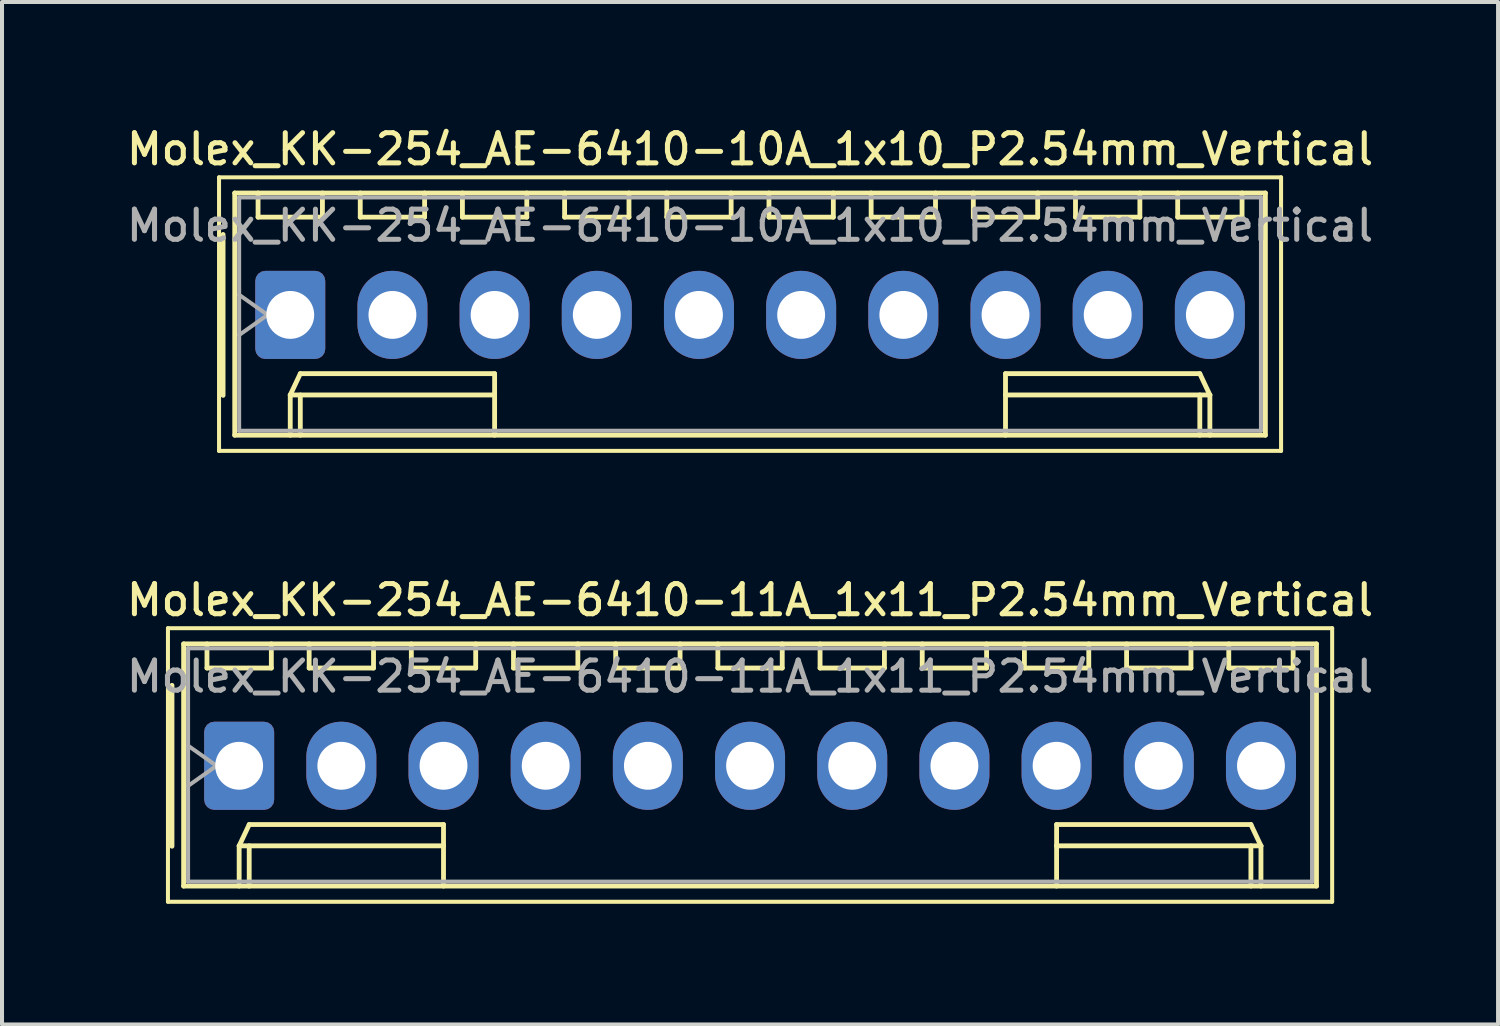
<source format=kicad_pcb>
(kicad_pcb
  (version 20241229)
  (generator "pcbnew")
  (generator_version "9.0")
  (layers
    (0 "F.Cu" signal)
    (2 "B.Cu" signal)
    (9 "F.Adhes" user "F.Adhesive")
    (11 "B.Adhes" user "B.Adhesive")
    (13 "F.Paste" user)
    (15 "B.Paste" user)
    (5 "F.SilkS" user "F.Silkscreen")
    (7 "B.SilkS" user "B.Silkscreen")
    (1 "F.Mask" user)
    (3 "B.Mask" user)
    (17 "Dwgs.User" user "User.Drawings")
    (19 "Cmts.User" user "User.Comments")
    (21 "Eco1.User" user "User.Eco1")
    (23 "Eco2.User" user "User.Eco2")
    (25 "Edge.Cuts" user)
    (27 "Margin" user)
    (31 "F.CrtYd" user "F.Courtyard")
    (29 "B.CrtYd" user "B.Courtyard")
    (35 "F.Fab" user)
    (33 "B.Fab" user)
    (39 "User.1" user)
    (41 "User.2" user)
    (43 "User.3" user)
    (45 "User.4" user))
  (footprint "Molex_KK-254_AE-6410-10A_1x10_P2.54mm_Vertical"
    (layer "F.Cu")
    (at 4.165 4.778)
    (property "Reference" "Molex_KK-254_AE-6410-10A_1x10_P2.54mm_Vertical" (at 11.43 -4.12 0) (layer "F.SilkS") (effects (font (size 0.75 0.75) (thickness 0.125))))
    (attr through_hole)
    (fp_line (start -1.77 -3.42) (end -1.77 3.38) (stroke (width 0.1) (type solid)) (layer "F.SilkS"))
    (fp_line (start -1.77 3.38) (end 24.63 3.38) (stroke (width 0.1) (type solid)) (layer "F.SilkS"))
    (fp_line (start -1.67 -2) (end -1.67 2) (stroke (width 0.12) (type solid)) (layer "F.SilkS"))
    (fp_line (start -1.38 -3.03) (end -1.38 2.99) (stroke (width 0.12) (type solid)) (layer "F.SilkS"))
    (fp_line (start -1.38 2.99) (end 24.24 2.99) (stroke (width 0.12) (type solid)) (layer "F.SilkS"))
    (fp_line (start -0.8 -3.03) (end -0.8 -2.43) (stroke (width 0.12) (type solid)) (layer "F.SilkS"))
    (fp_line (start -0.8 -2.43) (end 0.8 -2.43) (stroke (width 0.12) (type solid)) (layer "F.SilkS"))
    (fp_line (start 0 1.99) (end 0.25 1.46) (stroke (width 0.12) (type solid)) (layer "F.SilkS"))
    (fp_line (start 0 1.99) (end 5.08 1.99) (stroke (width 0.12) (type solid)) (layer "F.SilkS"))
    (fp_line (start 0 2.99) (end 0 1.99) (stroke (width 0.12) (type solid)) (layer "F.SilkS"))
    (fp_line (start 0.25 1.46) (end 5.08 1.46) (stroke (width 0.12) (type solid)) (layer "F.SilkS"))
    (fp_line (start 0.25 2.99) (end 0.25 1.99) (stroke (width 0.12) (type solid)) (layer "F.SilkS"))
    (fp_line (start 0.8 -2.43) (end 0.8 -3.03) (stroke (width 0.12) (type solid)) (layer "F.SilkS"))
    (fp_line (start 1.74 -3.03) (end 1.74 -2.43) (stroke (width 0.12) (type solid)) (layer "F.SilkS"))
    (fp_line (start 1.74 -2.43) (end 3.34 -2.43) (stroke (width 0.12) (type solid)) (layer "F.SilkS"))
    (fp_line (start 3.34 -2.43) (end 3.34 -3.03) (stroke (width 0.12) (type solid)) (layer "F.SilkS"))
    (fp_line (start 4.28 -3.03) (end 4.28 -2.43) (stroke (width 0.12) (type solid)) (layer "F.SilkS"))
    (fp_line (start 4.28 -2.43) (end 5.88 -2.43) (stroke (width 0.12) (type solid)) (layer "F.SilkS"))
    (fp_line (start 5.08 1.46) (end 5.08 1.99) (stroke (width 0.12) (type solid)) (layer "F.SilkS"))
    (fp_line (start 5.08 1.99) (end 5.08 2.99) (stroke (width 0.12) (type solid)) (layer "F.SilkS"))
    (fp_line (start 5.88 -2.43) (end 5.88 -3.03) (stroke (width 0.12) (type solid)) (layer "F.SilkS"))
    (fp_line (start 6.82 -3.03) (end 6.82 -2.43) (stroke (width 0.12) (type solid)) (layer "F.SilkS"))
    (fp_line (start 6.82 -2.43) (end 8.42 -2.43) (stroke (width 0.12) (type solid)) (layer "F.SilkS"))
    (fp_line (start 8.42 -2.43) (end 8.42 -3.03) (stroke (width 0.12) (type solid)) (layer "F.SilkS"))
    (fp_line (start 9.36 -3.03) (end 9.36 -2.43) (stroke (width 0.12) (type solid)) (layer "F.SilkS"))
    (fp_line (start 9.36 -2.43) (end 10.96 -2.43) (stroke (width 0.12) (type solid)) (layer "F.SilkS"))
    (fp_line (start 10.96 -2.43) (end 10.96 -3.03) (stroke (width 0.12) (type solid)) (layer "F.SilkS"))
    (fp_line (start 11.9 -3.03) (end 11.9 -2.43) (stroke (width 0.12) (type solid)) (layer "F.SilkS"))
    (fp_line (start 11.9 -2.43) (end 13.5 -2.43) (stroke (width 0.12) (type solid)) (layer "F.SilkS"))
    (fp_line (start 13.5 -2.43) (end 13.5 -3.03) (stroke (width 0.12) (type solid)) (layer "F.SilkS"))
    (fp_line (start 14.44 -3.03) (end 14.44 -2.43) (stroke (width 0.12) (type solid)) (layer "F.SilkS"))
    (fp_line (start 14.44 -2.43) (end 16.04 -2.43) (stroke (width 0.12) (type solid)) (layer "F.SilkS"))
    (fp_line (start 16.04 -2.43) (end 16.04 -3.03) (stroke (width 0.12) (type solid)) (layer "F.SilkS"))
    (fp_line (start 16.98 -3.03) (end 16.98 -2.43) (stroke (width 0.12) (type solid)) (layer "F.SilkS"))
    (fp_line (start 16.98 -2.43) (end 18.58 -2.43) (stroke (width 0.12) (type solid)) (layer "F.SilkS"))
    (fp_line (start 17.78 1.46) (end 17.78 1.99) (stroke (width 0.12) (type solid)) (layer "F.SilkS"))
    (fp_line (start 17.78 1.99) (end 17.78 2.99) (stroke (width 0.12) (type solid)) (layer "F.SilkS"))
    (fp_line (start 18.58 -2.43) (end 18.58 -3.03) (stroke (width 0.12) (type solid)) (layer "F.SilkS"))
    (fp_line (start 19.52 -3.03) (end 19.52 -2.43) (stroke (width 0.12) (type solid)) (layer "F.SilkS"))
    (fp_line (start 19.52 -2.43) (end 21.12 -2.43) (stroke (width 0.12) (type solid)) (layer "F.SilkS"))
    (fp_line (start 21.12 -2.43) (end 21.12 -3.03) (stroke (width 0.12) (type solid)) (layer "F.SilkS"))
    (fp_line (start 22.06 -3.03) (end 22.06 -2.43) (stroke (width 0.12) (type solid)) (layer "F.SilkS"))
    (fp_line (start 22.06 -2.43) (end 23.66 -2.43) (stroke (width 0.12) (type solid)) (layer "F.SilkS"))
    (fp_line (start 22.61 1.46) (end 17.78 1.46) (stroke (width 0.12) (type solid)) (layer "F.SilkS"))
    (fp_line (start 22.61 2.99) (end 22.61 1.99) (stroke (width 0.12) (type solid)) (layer "F.SilkS"))
    (fp_line (start 22.86 1.99) (end 17.78 1.99) (stroke (width 0.12) (type solid)) (layer "F.SilkS"))
    (fp_line (start 22.86 1.99) (end 22.61 1.46) (stroke (width 0.12) (type solid)) (layer "F.SilkS"))
    (fp_line (start 22.86 2.99) (end 22.86 1.99) (stroke (width 0.12) (type solid)) (layer "F.SilkS"))
    (fp_line (start 23.66 -2.43) (end 23.66 -3.03) (stroke (width 0.12) (type solid)) (layer "F.SilkS"))
    (fp_line (start 24.24 -3.03) (end -1.38 -3.03) (stroke (width 0.12) (type solid)) (layer "F.SilkS"))
    (fp_line (start 24.24 2.99) (end 24.24 -3.03) (stroke (width 0.12) (type solid)) (layer "F.SilkS"))
    (fp_line (start 24.63 -3.42) (end -1.77 -3.42) (stroke (width 0.1) (type solid)) (layer "F.SilkS"))
    (fp_line (start 24.63 3.38) (end 24.63 -3.42) (stroke (width 0.1) (type solid)) (layer "F.SilkS"))
    (fp_line (start -1.27 -2.92) (end -1.27 2.88) (stroke (width 0.1) (type solid)) (layer "F.Fab"))
    (fp_line (start -1.27 -0.5) (end -0.563 0) (stroke (width 0.1) (type solid)) (layer "F.Fab"))
    (fp_line (start -1.27 2.88) (end 24.13 2.88) (stroke (width 0.1) (type solid)) (layer "F.Fab"))
    (fp_line (start -0.563 0) (end -1.27 0.5) (stroke (width 0.1) (type solid)) (layer "F.Fab"))
    (fp_line (start 24.13 -2.92) (end -1.27 -2.92) (stroke (width 0.1) (type solid)) (layer "F.Fab"))
    (fp_line (start 24.13 2.88) (end 24.13 -2.92) (stroke (width 0.1) (type solid)) (layer "F.Fab"))
    (fp_text user "${REFERENCE}" (at 11.43 -2.22 0) (layer "F.Fab") (effects (font (size 0.75 0.75) (thickness 0.125))))
    (pad "1" thru_hole roundrect (at 0 0) (size 1.74 2.19) (drill 1.19) (layers "*.Cu" "*.Mask") (roundrect_rratio 0.144))
    (pad "2" thru_hole oval (at 2.54 0) (size 1.74 2.19) (drill 1.19) (layers "*.Cu" "*.Mask"))
    (pad "3" thru_hole oval (at 5.08 0) (size 1.74 2.19) (drill 1.19) (layers "*.Cu" "*.Mask"))
    (pad "4" thru_hole oval (at 7.62 0) (size 1.74 2.19) (drill 1.19) (layers "*.Cu" "*.Mask"))
    (pad "5" thru_hole oval (at 10.16 0) (size 1.74 2.19) (drill 1.19) (layers "*.Cu" "*.Mask"))
    (pad "6" thru_hole oval (at 12.7 0) (size 1.74 2.19) (drill 1.19) (layers "*.Cu" "*.Mask"))
    (pad "7" thru_hole oval (at 15.24 0) (size 1.74 2.19) (drill 1.19) (layers "*.Cu" "*.Mask"))
    (pad "8" thru_hole oval (at 17.78 0) (size 1.74 2.19) (drill 1.19) (layers "*.Cu" "*.Mask"))
    (pad "9" thru_hole oval (at 20.32 0) (size 1.74 2.19) (drill 1.19) (layers "*.Cu" "*.Mask"))
    (pad "10" thru_hole oval (at 22.86 0) (size 1.74 2.19) (drill 1.19) (layers "*.Cu" "*.Mask")))
  (footprint "Molex_KK-254_AE-6410-11A_1x11_P2.54mm_Vertical"
    (layer "F.Cu")
    (at 2.895 15.986)
    (property "Reference" "Molex_KK-254_AE-6410-11A_1x11_P2.54mm_Vertical" (at 12.7 -4.12 0) (layer "F.SilkS") (effects (font (size 0.75 0.75) (thickness 0.125))))
    (attr through_hole)
    (fp_line (start -1.77 -3.42) (end -1.77 3.38) (stroke (width 0.1) (type solid)) (layer "F.SilkS"))
    (fp_line (start -1.77 3.38) (end 27.17 3.38) (stroke (width 0.1) (type solid)) (layer "F.SilkS"))
    (fp_line (start -1.67 -2) (end -1.67 2) (stroke (width 0.12) (type solid)) (layer "F.SilkS"))
    (fp_line (start -1.38 -3.03) (end -1.38 2.99) (stroke (width 0.12) (type solid)) (layer "F.SilkS"))
    (fp_line (start -1.38 2.99) (end 26.78 2.99) (stroke (width 0.12) (type solid)) (layer "F.SilkS"))
    (fp_line (start -0.8 -3.03) (end -0.8 -2.43) (stroke (width 0.12) (type solid)) (layer "F.SilkS"))
    (fp_line (start -0.8 -2.43) (end 0.8 -2.43) (stroke (width 0.12) (type solid)) (layer "F.SilkS"))
    (fp_line (start 0 1.99) (end 0.25 1.46) (stroke (width 0.12) (type solid)) (layer "F.SilkS"))
    (fp_line (start 0 1.99) (end 5.08 1.99) (stroke (width 0.12) (type solid)) (layer "F.SilkS"))
    (fp_line (start 0 2.99) (end 0 1.99) (stroke (width 0.12) (type solid)) (layer "F.SilkS"))
    (fp_line (start 0.25 1.46) (end 5.08 1.46) (stroke (width 0.12) (type solid)) (layer "F.SilkS"))
    (fp_line (start 0.25 2.99) (end 0.25 1.99) (stroke (width 0.12) (type solid)) (layer "F.SilkS"))
    (fp_line (start 0.8 -2.43) (end 0.8 -3.03) (stroke (width 0.12) (type solid)) (layer "F.SilkS"))
    (fp_line (start 1.74 -3.03) (end 1.74 -2.43) (stroke (width 0.12) (type solid)) (layer "F.SilkS"))
    (fp_line (start 1.74 -2.43) (end 3.34 -2.43) (stroke (width 0.12) (type solid)) (layer "F.SilkS"))
    (fp_line (start 3.34 -2.43) (end 3.34 -3.03) (stroke (width 0.12) (type solid)) (layer "F.SilkS"))
    (fp_line (start 4.28 -3.03) (end 4.28 -2.43) (stroke (width 0.12) (type solid)) (layer "F.SilkS"))
    (fp_line (start 4.28 -2.43) (end 5.88 -2.43) (stroke (width 0.12) (type solid)) (layer "F.SilkS"))
    (fp_line (start 5.08 1.46) (end 5.08 1.99) (stroke (width 0.12) (type solid)) (layer "F.SilkS"))
    (fp_line (start 5.08 1.99) (end 5.08 2.99) (stroke (width 0.12) (type solid)) (layer "F.SilkS"))
    (fp_line (start 5.88 -2.43) (end 5.88 -3.03) (stroke (width 0.12) (type solid)) (layer "F.SilkS"))
    (fp_line (start 6.82 -3.03) (end 6.82 -2.43) (stroke (width 0.12) (type solid)) (layer "F.SilkS"))
    (fp_line (start 6.82 -2.43) (end 8.42 -2.43) (stroke (width 0.12) (type solid)) (layer "F.SilkS"))
    (fp_line (start 8.42 -2.43) (end 8.42 -3.03) (stroke (width 0.12) (type solid)) (layer "F.SilkS"))
    (fp_line (start 9.36 -3.03) (end 9.36 -2.43) (stroke (width 0.12) (type solid)) (layer "F.SilkS"))
    (fp_line (start 9.36 -2.43) (end 10.96 -2.43) (stroke (width 0.12) (type solid)) (layer "F.SilkS"))
    (fp_line (start 10.96 -2.43) (end 10.96 -3.03) (stroke (width 0.12) (type solid)) (layer "F.SilkS"))
    (fp_line (start 11.9 -3.03) (end 11.9 -2.43) (stroke (width 0.12) (type solid)) (layer "F.SilkS"))
    (fp_line (start 11.9 -2.43) (end 13.5 -2.43) (stroke (width 0.12) (type solid)) (layer "F.SilkS"))
    (fp_line (start 13.5 -2.43) (end 13.5 -3.03) (stroke (width 0.12) (type solid)) (layer "F.SilkS"))
    (fp_line (start 14.44 -3.03) (end 14.44 -2.43) (stroke (width 0.12) (type solid)) (layer "F.SilkS"))
    (fp_line (start 14.44 -2.43) (end 16.04 -2.43) (stroke (width 0.12) (type solid)) (layer "F.SilkS"))
    (fp_line (start 16.04 -2.43) (end 16.04 -3.03) (stroke (width 0.12) (type solid)) (layer "F.SilkS"))
    (fp_line (start 16.98 -3.03) (end 16.98 -2.43) (stroke (width 0.12) (type solid)) (layer "F.SilkS"))
    (fp_line (start 16.98 -2.43) (end 18.58 -2.43) (stroke (width 0.12) (type solid)) (layer "F.SilkS"))
    (fp_line (start 18.58 -2.43) (end 18.58 -3.03) (stroke (width 0.12) (type solid)) (layer "F.SilkS"))
    (fp_line (start 19.52 -3.03) (end 19.52 -2.43) (stroke (width 0.12) (type solid)) (layer "F.SilkS"))
    (fp_line (start 19.52 -2.43) (end 21.12 -2.43) (stroke (width 0.12) (type solid)) (layer "F.SilkS"))
    (fp_line (start 20.32 1.46) (end 20.32 1.99) (stroke (width 0.12) (type solid)) (layer "F.SilkS"))
    (fp_line (start 20.32 1.99) (end 20.32 2.99) (stroke (width 0.12) (type solid)) (layer "F.SilkS"))
    (fp_line (start 21.12 -2.43) (end 21.12 -3.03) (stroke (width 0.12) (type solid)) (layer "F.SilkS"))
    (fp_line (start 22.06 -3.03) (end 22.06 -2.43) (stroke (width 0.12) (type solid)) (layer "F.SilkS"))
    (fp_line (start 22.06 -2.43) (end 23.66 -2.43) (stroke (width 0.12) (type solid)) (layer "F.SilkS"))
    (fp_line (start 23.66 -2.43) (end 23.66 -3.03) (stroke (width 0.12) (type solid)) (layer "F.SilkS"))
    (fp_line (start 24.6 -3.03) (end 24.6 -2.43) (stroke (width 0.12) (type solid)) (layer "F.SilkS"))
    (fp_line (start 24.6 -2.43) (end 26.2 -2.43) (stroke (width 0.12) (type solid)) (layer "F.SilkS"))
    (fp_line (start 25.15 1.46) (end 20.32 1.46) (stroke (width 0.12) (type solid)) (layer "F.SilkS"))
    (fp_line (start 25.15 2.99) (end 25.15 1.99) (stroke (width 0.12) (type solid)) (layer "F.SilkS"))
    (fp_line (start 25.4 1.99) (end 20.32 1.99) (stroke (width 0.12) (type solid)) (layer "F.SilkS"))
    (fp_line (start 25.4 1.99) (end 25.15 1.46) (stroke (width 0.12) (type solid)) (layer "F.SilkS"))
    (fp_line (start 25.4 2.99) (end 25.4 1.99) (stroke (width 0.12) (type solid)) (layer "F.SilkS"))
    (fp_line (start 26.2 -2.43) (end 26.2 -3.03) (stroke (width 0.12) (type solid)) (layer "F.SilkS"))
    (fp_line (start 26.78 -3.03) (end -1.38 -3.03) (stroke (width 0.12) (type solid)) (layer "F.SilkS"))
    (fp_line (start 26.78 2.99) (end 26.78 -3.03) (stroke (width 0.12) (type solid)) (layer "F.SilkS"))
    (fp_line (start 27.17 -3.42) (end -1.77 -3.42) (stroke (width 0.1) (type solid)) (layer "F.SilkS"))
    (fp_line (start 27.17 3.38) (end 27.17 -3.42) (stroke (width 0.1) (type solid)) (layer "F.SilkS"))
    (fp_line (start -1.27 -2.92) (end -1.27 2.88) (stroke (width 0.1) (type solid)) (layer "F.Fab"))
    (fp_line (start -1.27 -0.5) (end -0.563 0) (stroke (width 0.1) (type solid)) (layer "F.Fab"))
    (fp_line (start -1.27 2.88) (end 26.67 2.88) (stroke (width 0.1) (type solid)) (layer "F.Fab"))
    (fp_line (start -0.563 0) (end -1.27 0.5) (stroke (width 0.1) (type solid)) (layer "F.Fab"))
    (fp_line (start 26.67 -2.92) (end -1.27 -2.92) (stroke (width 0.1) (type solid)) (layer "F.Fab"))
    (fp_line (start 26.67 2.88) (end 26.67 -2.92) (stroke (width 0.1) (type solid)) (layer "F.Fab"))
    (fp_text user "${REFERENCE}" (at 12.7 -2.22 0) (layer "F.Fab") (effects (font (size 0.75 0.75) (thickness 0.125))))
    (pad "1" thru_hole roundrect (at 0 0) (size 1.74 2.19) (drill 1.19) (layers "*.Cu" "*.Mask") (roundrect_rratio 0.144))
    (pad "2" thru_hole oval (at 2.54 0) (size 1.74 2.19) (drill 1.19) (layers "*.Cu" "*.Mask"))
    (pad "3" thru_hole oval (at 5.08 0) (size 1.74 2.19) (drill 1.19) (layers "*.Cu" "*.Mask"))
    (pad "4" thru_hole oval (at 7.62 0) (size 1.74 2.19) (drill 1.19) (layers "*.Cu" "*.Mask"))
    (pad "5" thru_hole oval (at 10.16 0) (size 1.74 2.19) (drill 1.19) (layers "*.Cu" "*.Mask"))
    (pad "6" thru_hole oval (at 12.7 0) (size 1.74 2.19) (drill 1.19) (layers "*.Cu" "*.Mask"))
    (pad "7" thru_hole oval (at 15.24 0) (size 1.74 2.19) (drill 1.19) (layers "*.Cu" "*.Mask"))
    (pad "8" thru_hole oval (at 17.78 0) (size 1.74 2.19) (drill 1.19) (layers "*.Cu" "*.Mask"))
    (pad "9" thru_hole oval (at 20.32 0) (size 1.74 2.19) (drill 1.19) (layers "*.Cu" "*.Mask"))
    (pad "10" thru_hole oval (at 22.86 0) (size 1.74 2.19) (drill 1.19) (layers "*.Cu" "*.Mask"))
    (pad "11" thru_hole oval (at 25.4 0) (size 1.74 2.19) (drill 1.19) (layers "*.Cu" "*.Mask")))
  (gr_rect
    (start -3 -3)
    (end 34.189 22.416)
    (stroke (width 0.1) (type default))
    (fill no)
    (layer "Edge.Cuts")))
</source>
